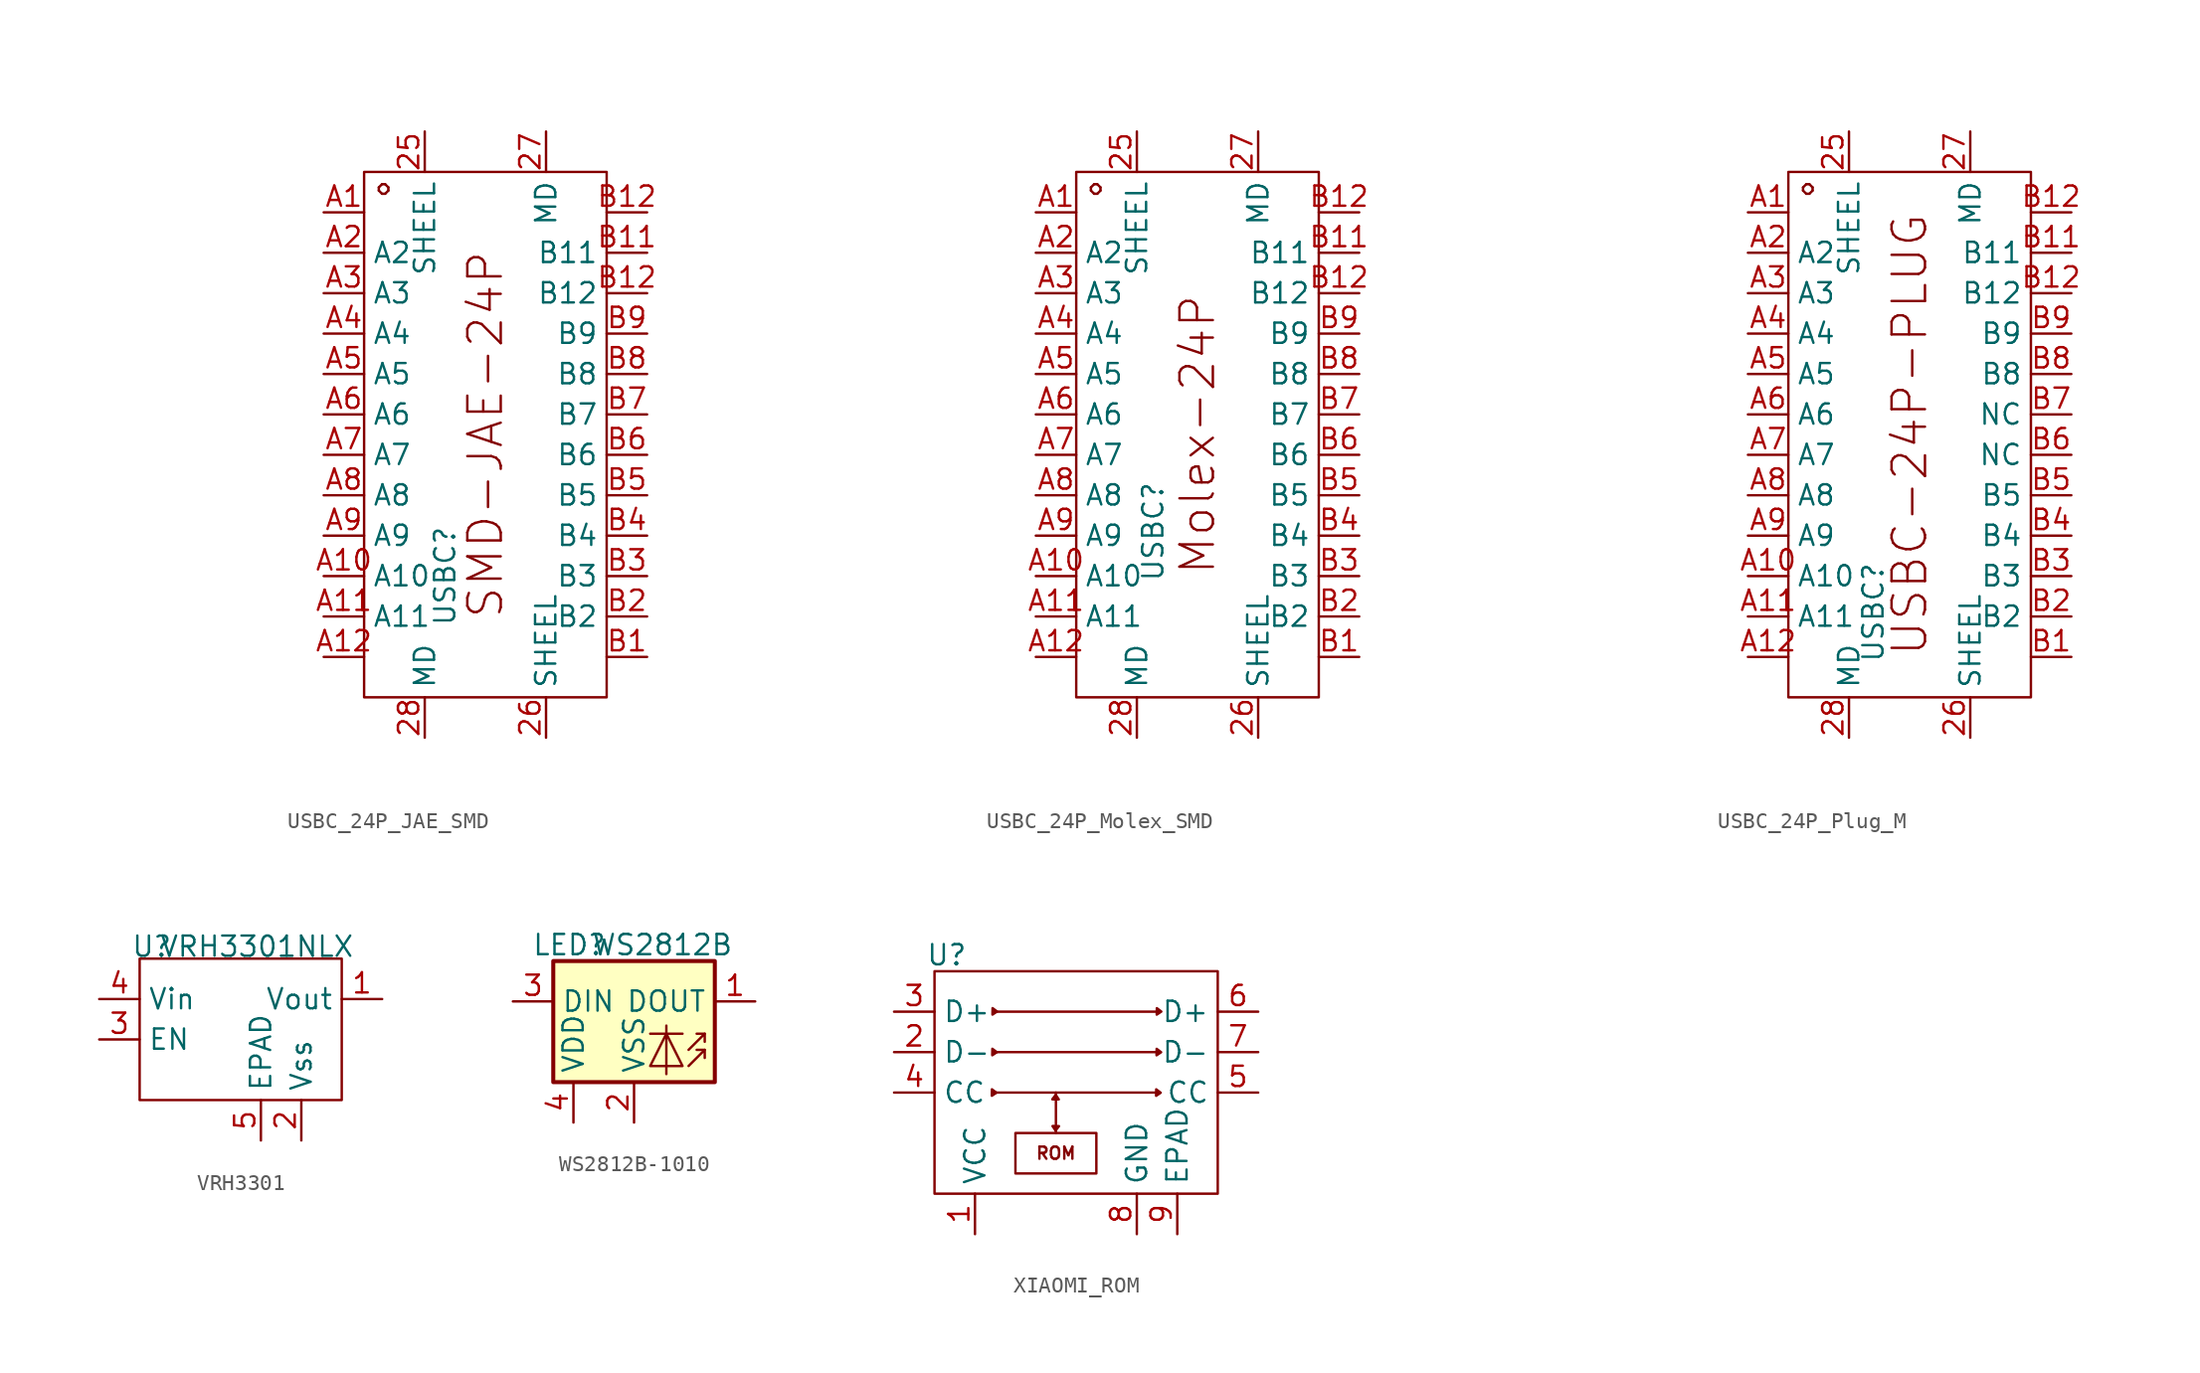
<source format=kicad_sym>
(kicad_symbol_lib
  (version 20231120)
  (generator "kicad_symbol_editor")
  (generator_version "8.0")
  (symbol "USBC_24P_JAE_SMD"
    (property "Reference" "USBC"
      (at -2.54 -8.89 90)
      (effects (font (size 1.27 1.27))))
    (property "Value" ""
      (at -22.86 3.81 0)
      (effects (font (size 1.27 1.27))))
    (symbol "USBC_24P_JAE_SMD_1_1"
      (rectangle (start -7.62 16.51) (end 7.62 -16.51) (stroke (width 0) (type default)) (fill (type none)))
      (text "SMD-JAE-24P" (at 0 0 900) (effects (font (size 2.1 2.1))))
      (text "。" (at -6.096 16.002 0) (effects (font (size 2.1 2.1))))
      (pin bidirectional line (at -3.81 19.05 270) (length 2.54) (name "SHEEL" (effects (font (size 1.27 1.27)))) (number "25" (effects (font (size 1.27 1.27)))))
      (pin bidirectional line (at 3.81 -19.05 90) (length 2.54) (name "SHEEL" (effects (font (size 1.27 1.27)))) (number "26" (effects (font (size 1.27 1.27)))))
      (pin bidirectional line (at 3.81 19.05 270) (length 2.54) (name "MD" (effects (font (size 1.27 1.27)))) (number "27" (effects (font (size 1.27 1.27)))))
      (pin bidirectional line (at -3.81 -19.05 90) (length 2.54) (name "MD" (effects (font (size 1.27 1.27)))) (number "28" (effects (font (size 1.27 1.27)))))
      (pin bidirectional line (at -10.16 13.97 0) (length 2.54) (name "" (effects (font (size 1.27 1.27)))) (number "A1" (effects (font (size 1.27 1.27)))))
      (pin bidirectional line (at -10.16 -8.89 0) (length 2.54) (name "A10" (effects (font (size 1.27 1.27)))) (number "A10" (effects (font (size 1.27 1.27)))))
      (pin bidirectional line (at -10.16 -11.43 0) (length 2.54) (name "A11" (effects (font (size 1.27 1.27)))) (number "A11" (effects (font (size 1.27 1.27)))))
      (pin bidirectional line (at -10.16 -13.97 0) (length 2.54) (name "" (effects (font (size 1.27 1.27)))) (number "A12" (effects (font (size 1.27 1.27)))))
      (pin bidirectional line (at -10.16 11.43 0) (length 2.54) (name "A2" (effects (font (size 1.27 1.27)))) (number "A2" (effects (font (size 1.27 1.27)))))
      (pin bidirectional line (at -10.16 8.89 0) (length 2.54) (name "A3" (effects (font (size 1.27 1.27)))) (number "A3" (effects (font (size 1.27 1.27)))))
      (pin bidirectional line (at -10.16 6.35 0) (length 2.54) (name "A4" (effects (font (size 1.27 1.27)))) (number "A4" (effects (font (size 1.27 1.27)))))
      (pin bidirectional line (at -10.16 3.81 0) (length 2.54) (name "A5" (effects (font (size 1.27 1.27)))) (number "A5" (effects (font (size 1.27 1.27)))))
      (pin bidirectional line (at -10.16 1.27 0) (length 2.54) (name "A6" (effects (font (size 1.27 1.27)))) (number "A6" (effects (font (size 1.27 1.27)))))
      (pin bidirectional line (at -10.16 -1.27 0) (length 2.54) (name "A7" (effects (font (size 1.27 1.27)))) (number "A7" (effects (font (size 1.27 1.27)))))
      (pin bidirectional line (at -10.16 -3.81 0) (length 2.54) (name "A8" (effects (font (size 1.27 1.27)))) (number "A8" (effects (font (size 1.27 1.27)))))
      (pin bidirectional line (at -10.16 -6.35 0) (length 2.54) (name "A9" (effects (font (size 1.27 1.27)))) (number "A9" (effects (font (size 1.27 1.27)))))
      (pin bidirectional line (at 10.16 -13.97 180) (length 2.54) (name "" (effects (font (size 1.27 1.27)))) (number "B1" (effects (font (size 1.27 1.27)))))
      (pin bidirectional line (at 10.16 11.43 180) (length 2.54) (name "B11" (effects (font (size 1.27 1.27)))) (number "B11" (effects (font (size 1.27 1.27)))))
      (pin bidirectional line (at 10.16 13.97 180) (length 2.54) (name "" (effects (font (size 1.27 1.27)))) (number "B12" (effects (font (size 1.27 1.27)))))
      (pin bidirectional line (at 10.16 8.89 180) (length 2.54) (name "B12" (effects (font (size 1.27 1.27)))) (number "B12" (effects (font (size 1.27 1.27)))))
      (pin bidirectional line (at 10.16 -11.43 180) (length 2.54) (name "B2" (effects (font (size 1.27 1.27)))) (number "B2" (effects (font (size 1.27 1.27)))))
      (pin bidirectional line (at 10.16 -8.89 180) (length 2.54) (name "B3" (effects (font (size 1.27 1.27)))) (number "B3" (effects (font (size 1.27 1.27)))))
      (pin bidirectional line (at 10.16 -6.35 180) (length 2.54) (name "B4" (effects (font (size 1.27 1.27)))) (number "B4" (effects (font (size 1.27 1.27)))))
      (pin bidirectional line (at 10.16 -3.81 180) (length 2.54) (name "B5" (effects (font (size 1.27 1.27)))) (number "B5" (effects (font (size 1.27 1.27)))))
      (pin bidirectional line (at 10.16 -1.27 180) (length 2.54) (name "B6" (effects (font (size 1.27 1.27)))) (number "B6" (effects (font (size 1.27 1.27)))))
      (pin bidirectional line (at 10.16 1.27 180) (length 2.54) (name "B7" (effects (font (size 1.27 1.27)))) (number "B7" (effects (font (size 1.27 1.27)))))
      (pin bidirectional line (at 10.16 3.81 180) (length 2.54) (name "B8" (effects (font (size 1.27 1.27)))) (number "B8" (effects (font (size 1.27 1.27)))))
      (pin bidirectional line (at 10.16 6.35 180) (length 2.54) (name "B9" (effects (font (size 1.27 1.27)))) (number "B9" (effects (font (size 1.27 1.27)))))))
  (symbol "USBC_24P_Molex_SMD"
    (property "Reference" "USBC"
      (at -2.794 -6.096 90)
      (effects (font (size 1.27 1.27))))
    (property "Value" ""
      (at -22.86 3.81 0)
      (effects (font (size 1.27 1.27))))
    (symbol "USBC_24P_Molex_SMD_1_1"
      (rectangle (start -7.62 16.51) (end 7.62 -16.51) (stroke (width 0) (type default)) (fill (type none)))
      (text "Molex-24P" (at 0 0 900) (effects (font (size 2.1 2.1))))
      (text "。" (at -6.096 16.002 0) (effects (font (size 2.1 2.1))))
      (pin bidirectional line (at -3.81 19.05 270) (length 2.54) (name "SHEEL" (effects (font (size 1.27 1.27)))) (number "25" (effects (font (size 1.27 1.27)))))
      (pin bidirectional line (at 3.81 -19.05 90) (length 2.54) (name "SHEEL" (effects (font (size 1.27 1.27)))) (number "26" (effects (font (size 1.27 1.27)))))
      (pin bidirectional line (at 3.81 19.05 270) (length 2.54) (name "MD" (effects (font (size 1.27 1.27)))) (number "27" (effects (font (size 1.27 1.27)))))
      (pin bidirectional line (at -3.81 -19.05 90) (length 2.54) (name "MD" (effects (font (size 1.27 1.27)))) (number "28" (effects (font (size 1.27 1.27)))))
      (pin bidirectional line (at -10.16 13.97 0) (length 2.54) (name "" (effects (font (size 1.27 1.27)))) (number "A1" (effects (font (size 1.27 1.27)))))
      (pin bidirectional line (at -10.16 -8.89 0) (length 2.54) (name "A10" (effects (font (size 1.27 1.27)))) (number "A10" (effects (font (size 1.27 1.27)))))
      (pin bidirectional line (at -10.16 -11.43 0) (length 2.54) (name "A11" (effects (font (size 1.27 1.27)))) (number "A11" (effects (font (size 1.27 1.27)))))
      (pin bidirectional line (at -10.16 -13.97 0) (length 2.54) (name "" (effects (font (size 1.27 1.27)))) (number "A12" (effects (font (size 1.27 1.27)))))
      (pin bidirectional line (at -10.16 11.43 0) (length 2.54) (name "A2" (effects (font (size 1.27 1.27)))) (number "A2" (effects (font (size 1.27 1.27)))))
      (pin bidirectional line (at -10.16 8.89 0) (length 2.54) (name "A3" (effects (font (size 1.27 1.27)))) (number "A3" (effects (font (size 1.27 1.27)))))
      (pin bidirectional line (at -10.16 6.35 0) (length 2.54) (name "A4" (effects (font (size 1.27 1.27)))) (number "A4" (effects (font (size 1.27 1.27)))))
      (pin bidirectional line (at -10.16 3.81 0) (length 2.54) (name "A5" (effects (font (size 1.27 1.27)))) (number "A5" (effects (font (size 1.27 1.27)))))
      (pin bidirectional line (at -10.16 1.27 0) (length 2.54) (name "A6" (effects (font (size 1.27 1.27)))) (number "A6" (effects (font (size 1.27 1.27)))))
      (pin bidirectional line (at -10.16 -1.27 0) (length 2.54) (name "A7" (effects (font (size 1.27 1.27)))) (number "A7" (effects (font (size 1.27 1.27)))))
      (pin bidirectional line (at -10.16 -3.81 0) (length 2.54) (name "A8" (effects (font (size 1.27 1.27)))) (number "A8" (effects (font (size 1.27 1.27)))))
      (pin bidirectional line (at -10.16 -6.35 0) (length 2.54) (name "A9" (effects (font (size 1.27 1.27)))) (number "A9" (effects (font (size 1.27 1.27)))))
      (pin bidirectional line (at 10.16 -13.97 180) (length 2.54) (name "" (effects (font (size 1.27 1.27)))) (number "B1" (effects (font (size 1.27 1.27)))))
      (pin bidirectional line (at 10.16 11.43 180) (length 2.54) (name "B11" (effects (font (size 1.27 1.27)))) (number "B11" (effects (font (size 1.27 1.27)))))
      (pin bidirectional line (at 10.16 13.97 180) (length 2.54) (name "" (effects (font (size 1.27 1.27)))) (number "B12" (effects (font (size 1.27 1.27)))))
      (pin bidirectional line (at 10.16 8.89 180) (length 2.54) (name "B12" (effects (font (size 1.27 1.27)))) (number "B12" (effects (font (size 1.27 1.27)))))
      (pin bidirectional line (at 10.16 -11.43 180) (length 2.54) (name "B2" (effects (font (size 1.27 1.27)))) (number "B2" (effects (font (size 1.27 1.27)))))
      (pin bidirectional line (at 10.16 -8.89 180) (length 2.54) (name "B3" (effects (font (size 1.27 1.27)))) (number "B3" (effects (font (size 1.27 1.27)))))
      (pin bidirectional line (at 10.16 -6.35 180) (length 2.54) (name "B4" (effects (font (size 1.27 1.27)))) (number "B4" (effects (font (size 1.27 1.27)))))
      (pin bidirectional line (at 10.16 -3.81 180) (length 2.54) (name "B5" (effects (font (size 1.27 1.27)))) (number "B5" (effects (font (size 1.27 1.27)))))
      (pin bidirectional line (at 10.16 -1.27 180) (length 2.54) (name "B6" (effects (font (size 1.27 1.27)))) (number "B6" (effects (font (size 1.27 1.27)))))
      (pin bidirectional line (at 10.16 1.27 180) (length 2.54) (name "B7" (effects (font (size 1.27 1.27)))) (number "B7" (effects (font (size 1.27 1.27)))))
      (pin bidirectional line (at 10.16 3.81 180) (length 2.54) (name "B8" (effects (font (size 1.27 1.27)))) (number "B8" (effects (font (size 1.27 1.27)))))
      (pin bidirectional line (at 10.16 6.35 180) (length 2.54) (name "B9" (effects (font (size 1.27 1.27)))) (number "B9" (effects (font (size 1.27 1.27)))))))
  (symbol "USBC_24P_Plug_M"
    (property "Reference" "USBC"
      (at -2.286 -11.176 90)
      (effects (font (size 1.27 1.27))))
    (property "Value" ""
      (at -22.86 3.81 0)
      (effects (font (size 1.27 1.27))))
    (symbol "USBC_24P_Plug_M_1_1"
      (rectangle (start -7.62 16.51) (end 7.62 -16.51) (stroke (width 0) (type default)) (fill (type none)))
      (text "USBC-24P-PLUG" (at 0 0 900) (effects (font (size 2.1 2.1))))
      (text "。" (at -6.096 16.002 0) (effects (font (size 2.1 2.1))))
      (pin bidirectional line (at -3.81 19.05 270) (length 2.54) (name "SHEEL" (effects (font (size 1.27 1.27)))) (number "25" (effects (font (size 1.27 1.27)))))
      (pin bidirectional line (at 3.81 -19.05 90) (length 2.54) (name "SHEEL" (effects (font (size 1.27 1.27)))) (number "26" (effects (font (size 1.27 1.27)))))
      (pin bidirectional line (at 3.81 19.05 270) (length 2.54) (name "MD" (effects (font (size 1.27 1.27)))) (number "27" (effects (font (size 1.27 1.27)))))
      (pin bidirectional line (at -3.81 -19.05 90) (length 2.54) (name "MD" (effects (font (size 1.27 1.27)))) (number "28" (effects (font (size 1.27 1.27)))))
      (pin bidirectional line (at -10.16 13.97 0) (length 2.54) (name "" (effects (font (size 1.27 1.27)))) (number "A1" (effects (font (size 1.27 1.27)))))
      (pin bidirectional line (at -10.16 -8.89 0) (length 2.54) (name "A10" (effects (font (size 1.27 1.27)))) (number "A10" (effects (font (size 1.27 1.27)))))
      (pin bidirectional line (at -10.16 -11.43 0) (length 2.54) (name "A11" (effects (font (size 1.27 1.27)))) (number "A11" (effects (font (size 1.27 1.27)))))
      (pin bidirectional line (at -10.16 -13.97 0) (length 2.54) (name "" (effects (font (size 1.27 1.27)))) (number "A12" (effects (font (size 1.27 1.27)))))
      (pin bidirectional line (at -10.16 11.43 0) (length 2.54) (name "A2" (effects (font (size 1.27 1.27)))) (number "A2" (effects (font (size 1.27 1.27)))))
      (pin bidirectional line (at -10.16 8.89 0) (length 2.54) (name "A3" (effects (font (size 1.27 1.27)))) (number "A3" (effects (font (size 1.27 1.27)))))
      (pin bidirectional line (at -10.16 6.35 0) (length 2.54) (name "A4" (effects (font (size 1.27 1.27)))) (number "A4" (effects (font (size 1.27 1.27)))))
      (pin bidirectional line (at -10.16 3.81 0) (length 2.54) (name "A5" (effects (font (size 1.27 1.27)))) (number "A5" (effects (font (size 1.27 1.27)))))
      (pin bidirectional line (at -10.16 1.27 0) (length 2.54) (name "A6" (effects (font (size 1.27 1.27)))) (number "A6" (effects (font (size 1.27 1.27)))))
      (pin bidirectional line (at -10.16 -1.27 0) (length 2.54) (name "A7" (effects (font (size 1.27 1.27)))) (number "A7" (effects (font (size 1.27 1.27)))))
      (pin bidirectional line (at -10.16 -3.81 0) (length 2.54) (name "A8" (effects (font (size 1.27 1.27)))) (number "A8" (effects (font (size 1.27 1.27)))))
      (pin bidirectional line (at -10.16 -6.35 0) (length 2.54) (name "A9" (effects (font (size 1.27 1.27)))) (number "A9" (effects (font (size 1.27 1.27)))))
      (pin bidirectional line (at 10.16 -13.97 180) (length 2.54) (name "" (effects (font (size 1.27 1.27)))) (number "B1" (effects (font (size 1.27 1.27)))))
      (pin bidirectional line (at 10.16 11.43 180) (length 2.54) (name "B11" (effects (font (size 1.27 1.27)))) (number "B11" (effects (font (size 1.27 1.27)))))
      (pin bidirectional line (at 10.16 13.97 180) (length 2.54) (name "" (effects (font (size 1.27 1.27)))) (number "B12" (effects (font (size 1.27 1.27)))))
      (pin bidirectional line (at 10.16 8.89 180) (length 2.54) (name "B12" (effects (font (size 1.27 1.27)))) (number "B12" (effects (font (size 1.27 1.27)))))
      (pin bidirectional line (at 10.16 -11.43 180) (length 2.54) (name "B2" (effects (font (size 1.27 1.27)))) (number "B2" (effects (font (size 1.27 1.27)))))
      (pin bidirectional line (at 10.16 -8.89 180) (length 2.54) (name "B3" (effects (font (size 1.27 1.27)))) (number "B3" (effects (font (size 1.27 1.27)))))
      (pin bidirectional line (at 10.16 -6.35 180) (length 2.54) (name "B4" (effects (font (size 1.27 1.27)))) (number "B4" (effects (font (size 1.27 1.27)))))
      (pin bidirectional line (at 10.16 -3.81 180) (length 2.54) (name "B5" (effects (font (size 1.27 1.27)))) (number "B5" (effects (font (size 1.27 1.27)))))
      (pin bidirectional line (at 10.16 -1.27 180) (length 2.54) (name "NC" (effects (font (size 1.27 1.27)))) (number "B6" (effects (font (size 1.27 1.27)))))
      (pin bidirectional line (at 10.16 1.27 180) (length 2.54) (name "NC" (effects (font (size 1.27 1.27)))) (number "B7" (effects (font (size 1.27 1.27)))))
      (pin bidirectional line (at 10.16 3.81 180) (length 2.54) (name "B8" (effects (font (size 1.27 1.27)))) (number "B8" (effects (font (size 1.27 1.27)))))
      (pin bidirectional line (at 10.16 6.35 180) (length 2.54) (name "B9" (effects (font (size 1.27 1.27)))) (number "B9" (effects (font (size 1.27 1.27)))))))
  (symbol "VRH3301"
    (property "Reference" "U"
      (at -6.858 5.842 0)
      (effects (font (size 1.27 1.27))))
    (property "Value" "VRH3301NLX"
      (at -0.254 5.842 0)
      (effects (font (size 1.27 1.27))))
    (symbol "VRH3301_0_0"
      (pin power_out line (at 7.62 2.54 180) (length 2.54) (name "Vout" (effects (font (size 1.27 1.27)))) (number "1" (effects (font (size 1.27 1.27)))))
      (pin passive line (at 2.54 -6.35 90) (length 2.54) (name "Vss" (effects (font (size 1.27 1.27)))) (number "2" (effects (font (size 1.27 1.27)))))
      (pin input line (at -10.16 0 0) (length 2.54) (name "EN" (effects (font (size 1.27 1.27)))) (number "3" (effects (font (size 1.27 1.27)))))
      (pin power_in line (at -10.16 2.54 0) (length 2.54) (name "Vin" (effects (font (size 1.27 1.27)))) (number "4" (effects (font (size 1.27 1.27)))))
      (pin passive line (at 0 -6.35 90) (length 2.54) (name "EPAD" (effects (font (size 1.27 1.27)))) (number "5" (effects (font (size 1.27 1.27))))))
    (symbol "VRH3301_0_1"
      (rectangle (start -7.62 5.08) (end 5.08 -3.81) (stroke (width 0) (type default)) (fill (type none)))))
  (symbol "WS2812B-1010"
    (property "Reference" "LED"
      (at -4.064 6.096 0)
      (effects (font (size 1.27 1.27))))
    (property "Value" "WS2812B"
      (at 1.778 6.096 0)
      (effects (font (size 1.27 1.27))))
    (symbol "WS2812B-1010_0_1"
      (rectangle (start -5.08 5.08) (end 5.08 -2.54) (stroke (width 0.254) (type default)) (fill (type background)))
      (polyline (pts (xy 1.016 0.508) (xy 3.048 0.508)) (stroke (width 0) (type default)) (fill (type none)))
      (polyline (pts (xy 4.445 -0.508) (xy 3.937 -0.508)) (stroke (width 0) (type default)) (fill (type none)))
      (polyline (pts (xy 4.445 0.508) (xy 3.937 0.508)) (stroke (width 0) (type default)) (fill (type none)))
      (polyline (pts (xy 2.032 -2.032) (xy 2.032 0.508) (xy 2.032 1.016)) (stroke (width 0) (type default)) (fill (type none)))
      (polyline (pts (xy 3.429 -1.524) (xy 4.445 -0.508) (xy 4.445 -1.016)) (stroke (width 0) (type default)) (fill (type none)))
      (polyline (pts (xy 3.429 -0.508) (xy 4.445 0.508) (xy 4.445 0)) (stroke (width 0) (type default)) (fill (type none)))
      (polyline (pts (xy 1.016 -1.524) (xy 3.048 -1.524) (xy 2.032 0.508) (xy 1.016 -1.524)) (stroke (width 0) (type default)) (fill (type none))))
    (symbol "WS2812B-1010_1_1"
      (pin output line (at 7.62 2.54 180) (length 2.54) (name "DOUT" (effects (font (size 1.27 1.27)))) (number "1" (effects (font (size 1.27 1.27)))))
      (pin power_in line (at 0 -5.08 90) (length 2.54) (name "VSS" (effects (font (size 1.27 1.27)))) (number "2" (effects (font (size 1.27 1.27)))))
      (pin input line (at -7.62 2.54 0) (length 2.54) (name "DIN" (effects (font (size 1.27 1.27)))) (number "3" (effects (font (size 1.27 1.27)))))
      (pin power_in line (at -3.81 -5.08 90) (length 2.54) (name "VDD" (effects (font (size 1.27 1.27)))) (number "4" (effects (font (size 1.27 1.27)))))))
  (symbol "XIAOMI_ROM"
    (property "Reference" "U"
      (at -8.128 6.096 0)
      (effects (font (size 1.27 1.27))))
    (property "Value" ""
      (at -2.032 5.334 0)
      (effects (font (size 1.27 1.27))))
    (symbol "XIAOMI_ROM_0_1"
      (rectangle (start -8.89 5.08) (end 8.89 -8.89) (stroke (width 0) (type default)) (fill (type none)))
      (rectangle (start -3.81 -5.08) (end 1.27 -7.62) (stroke (width 0) (type default)) (fill (type none)))
      (polyline (pts (xy -5.08 -2.54) (xy 5.08 -2.54)) (stroke (width 0) (type default)) (fill (type none)))
      (polyline (pts (xy -5.08 0) (xy 5.08 0)) (stroke (width 0) (type default)) (fill (type none)))
      (polyline (pts (xy -5.08 2.54) (xy 5.08 2.54)) (stroke (width 0) (type default)) (fill (type none))))
    (symbol "XIAOMI_ROM_1_1"
      (polyline (pts (xy -1.27 -2.54) (xy -1.27 -5.08)) (stroke (width 0) (type default)) (fill (type none)))
      (polyline (pts (xy -5.292 -2.741) (xy -5.004 -2.549) (xy -5.286 -2.334) (xy -5.294 -2.722)) (stroke (width 0) (type default)) (fill (type outline)))
      (polyline (pts (xy -5.264 -0.197) (xy -4.977 -0.004) (xy -5.259 0.211) (xy -5.267 -0.177)) (stroke (width 0) (type default)) (fill (type outline)))
      (polyline (pts (xy -5.252 2.357) (xy -4.964 2.55) (xy -5.246 2.765) (xy -5.254 2.377)) (stroke (width 0) (type default)) (fill (type outline)))
      (polyline (pts (xy -1.482 -4.642) (xy -1.29 -4.929) (xy -1.075 -4.647) (xy -1.462 -4.639)) (stroke (width 0) (type default)) (fill (type outline)))
      (polyline (pts (xy -1.089 -2.97) (xy -1.281 -2.682) (xy -1.496 -2.964) (xy -1.108 -2.973)) (stroke (width 0) (type default)) (fill (type outline)))
      (polyline (pts (xy 5.021 -2.744) (xy 5.309 -2.551) (xy 5.027 -2.336) (xy 5.019 -2.724)) (stroke (width 0) (type default)) (fill (type outline)))
      (polyline (pts (xy 5.049 -0.199) (xy 5.336 -0.006) (xy 5.054 0.208) (xy 5.046 -0.179)) (stroke (width 0) (type default)) (fill (type outline)))
      (polyline (pts (xy 5.061 2.355) (xy 5.349 2.547) (xy 5.067 2.762) (xy 5.059 2.374)) (stroke (width 0) (type default)) (fill (type outline)))
      (text "ROM" (at -1.27 -6.35 0) (effects (font (size 0.762 0.762))))
      (pin power_in line (at -6.35 -11.43 90) (length 2.54) (name "VCC" (effects (font (size 1.27 1.27)))) (number "1" (effects (font (size 1.27 1.27)))))
      (pin input line (at -11.43 0 0) (length 2.54) (name "D-" (effects (font (size 1.27 1.27)))) (number "2" (effects (font (size 1.27 1.27)))))
      (pin input line (at -11.43 2.54 0) (length 2.54) (name "D+" (effects (font (size 1.27 1.27)))) (number "3" (effects (font (size 1.27 1.27)))))
      (pin input line (at -11.43 -2.54 0) (length 2.54) (name "CC" (effects (font (size 1.27 1.27)))) (number "4" (effects (font (size 1.27 1.27)))))
      (pin output line (at 11.43 -2.54 180) (length 2.54) (name "CC" (effects (font (size 1.27 1.27)))) (number "5" (effects (font (size 1.27 1.27)))))
      (pin output line (at 11.43 2.54 180) (length 2.54) (name "D+" (effects (font (size 1.27 1.27)))) (number "6" (effects (font (size 1.27 1.27)))))
      (pin output line (at 11.43 0 180) (length 2.54) (name "D-" (effects (font (size 1.27 1.27)))) (number "7" (effects (font (size 1.27 1.27)))))
      (pin passive line (at 3.81 -11.43 90) (length 2.54) (name "GND" (effects (font (size 1.27 1.27)))) (number "8" (effects (font (size 1.27 1.27)))))
      (pin passive line (at 6.35 -11.43 90) (length 2.54) (name "EPAD" (effects (font (size 1.27 1.27)))) (number "9" (effects (font (size 1.27 1.27))))))))
</source>
